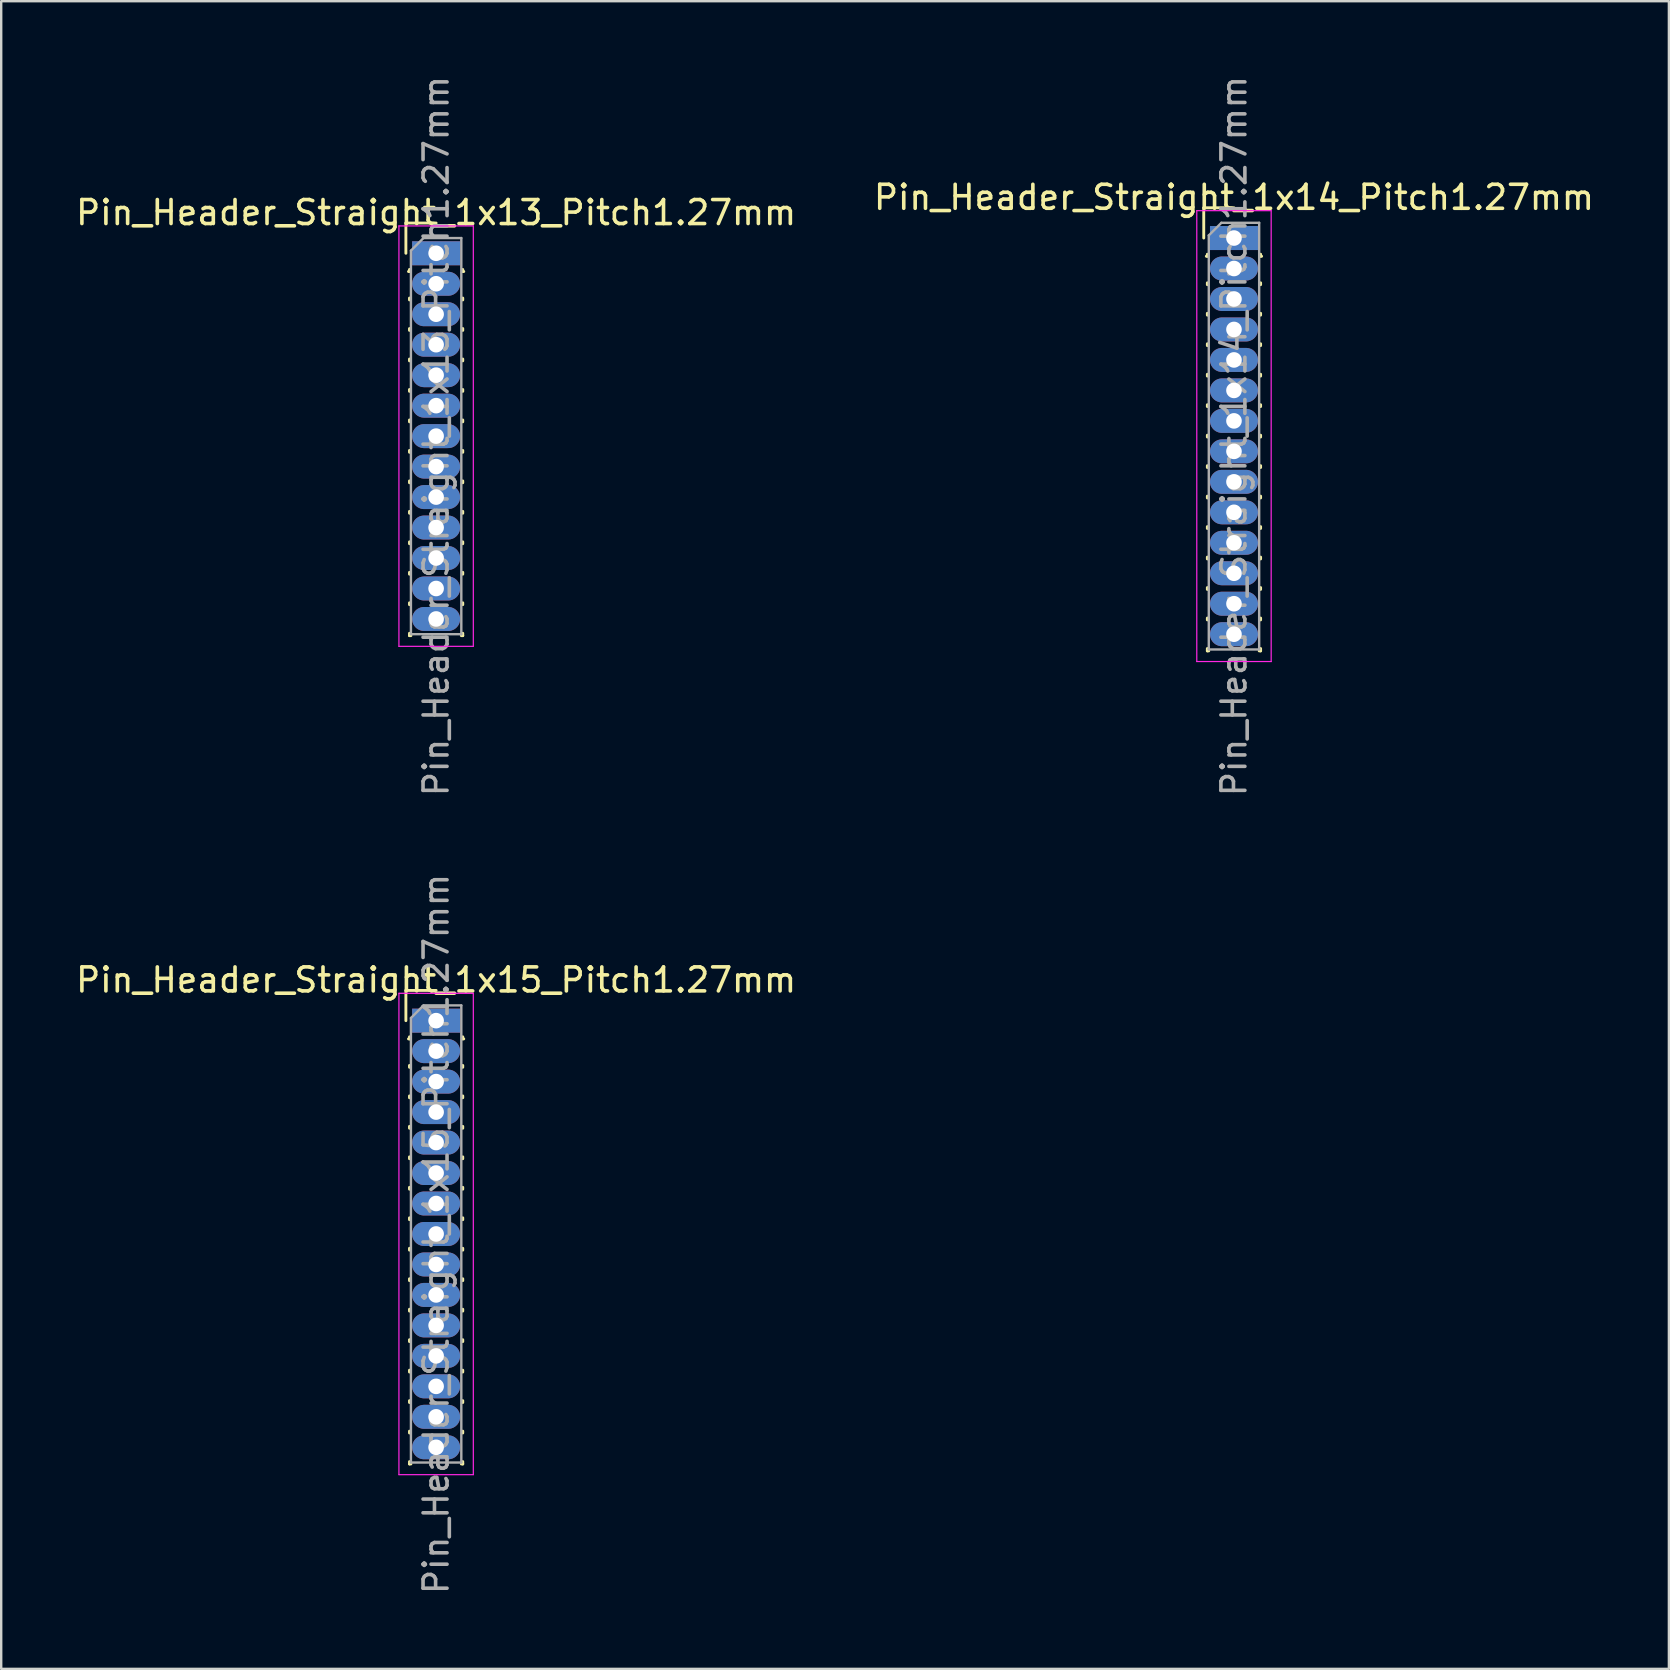
<source format=kicad_pcb>
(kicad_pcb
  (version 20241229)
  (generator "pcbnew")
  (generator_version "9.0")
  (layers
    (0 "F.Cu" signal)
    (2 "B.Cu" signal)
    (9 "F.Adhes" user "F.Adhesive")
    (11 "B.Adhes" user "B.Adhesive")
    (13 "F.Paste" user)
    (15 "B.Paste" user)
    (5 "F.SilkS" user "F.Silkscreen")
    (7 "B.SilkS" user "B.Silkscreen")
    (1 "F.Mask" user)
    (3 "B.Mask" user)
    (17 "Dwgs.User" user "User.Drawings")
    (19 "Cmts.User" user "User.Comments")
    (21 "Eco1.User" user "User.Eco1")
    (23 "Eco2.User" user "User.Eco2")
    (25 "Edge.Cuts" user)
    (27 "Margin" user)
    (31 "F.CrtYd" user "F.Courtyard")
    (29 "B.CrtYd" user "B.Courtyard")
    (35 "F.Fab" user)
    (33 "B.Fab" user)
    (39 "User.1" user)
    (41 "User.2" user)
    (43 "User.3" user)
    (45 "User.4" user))
  (footprint "Pin_Header_Straight_1x13_Pitch1.27mm"
    (layer "F.Cu")
    (at 15.125 7.505)
    (property "Reference" "Pin_Header_Straight_1x13_Pitch1.27mm" (at 0 -1.695 0) (layer "F.SilkS") (effects (font (size 1 1) (thickness 0.15))))
    (attr through_hole)
    (fp_line (start -1.26 -1.26) (end 0 -1.26) (stroke (width 0.12) (type solid)) (layer "F.SilkS"))
    (fp_line (start -1.26 0) (end -1.26 -1.26) (stroke (width 0.12) (type solid)) (layer "F.SilkS"))
    (fp_line (start -1.11 0.76) (end -1.152 0.76) (stroke (width 0.12) (type solid)) (layer "F.SilkS"))
    (fp_line (start -1.11 0.76) (end -1.11 0.674) (stroke (width 0.12) (type solid)) (layer "F.SilkS"))
    (fp_line (start -1.11 1.866) (end -1.11 1.944) (stroke (width 0.12) (type solid)) (layer "F.SilkS"))
    (fp_line (start -1.11 3.136) (end -1.11 3.214) (stroke (width 0.12) (type solid)) (layer "F.SilkS"))
    (fp_line (start -1.11 4.406) (end -1.11 4.484) (stroke (width 0.12) (type solid)) (layer "F.SilkS"))
    (fp_line (start -1.11 5.676) (end -1.11 5.754) (stroke (width 0.12) (type solid)) (layer "F.SilkS"))
    (fp_line (start -1.11 6.946) (end -1.11 7.024) (stroke (width 0.12) (type solid)) (layer "F.SilkS"))
    (fp_line (start -1.11 8.216) (end -1.11 8.294) (stroke (width 0.12) (type solid)) (layer "F.SilkS"))
    (fp_line (start -1.11 9.486) (end -1.11 9.564) (stroke (width 0.12) (type solid)) (layer "F.SilkS"))
    (fp_line (start -1.11 10.756) (end -1.11 10.834) (stroke (width 0.12) (type solid)) (layer "F.SilkS"))
    (fp_line (start -1.11 12.026) (end -1.11 12.104) (stroke (width 0.12) (type solid)) (layer "F.SilkS"))
    (fp_line (start -1.11 13.296) (end -1.11 13.374) (stroke (width 0.12) (type solid)) (layer "F.SilkS"))
    (fp_line (start -1.11 14.566) (end -1.11 14.644) (stroke (width 0.12) (type solid)) (layer "F.SilkS"))
    (fp_line (start -1.11 15.836) (end -1.11 15.935) (stroke (width 0.12) (type solid)) (layer "F.SilkS"))
    (fp_line (start -1.11 15.935) (end -1.051 15.935) (stroke (width 0.12) (type solid)) (layer "F.SilkS"))
    (fp_line (start 1.051 15.935) (end 1.11 15.935) (stroke (width 0.12) (type solid)) (layer "F.SilkS"))
    (fp_line (start 1.11 0.76) (end 1.11 0.674) (stroke (width 0.12) (type solid)) (layer "F.SilkS"))
    (fp_line (start 1.11 1.866) (end 1.11 1.944) (stroke (width 0.12) (type solid)) (layer "F.SilkS"))
    (fp_line (start 1.11 3.136) (end 1.11 3.214) (stroke (width 0.12) (type solid)) (layer "F.SilkS"))
    (fp_line (start 1.11 4.406) (end 1.11 4.484) (stroke (width 0.12) (type solid)) (layer "F.SilkS"))
    (fp_line (start 1.11 5.676) (end 1.11 5.754) (stroke (width 0.12) (type solid)) (layer "F.SilkS"))
    (fp_line (start 1.11 6.946) (end 1.11 7.024) (stroke (width 0.12) (type solid)) (layer "F.SilkS"))
    (fp_line (start 1.11 8.216) (end 1.11 8.294) (stroke (width 0.12) (type solid)) (layer "F.SilkS"))
    (fp_line (start 1.11 9.486) (end 1.11 9.564) (stroke (width 0.12) (type solid)) (layer "F.SilkS"))
    (fp_line (start 1.11 10.756) (end 1.11 10.834) (stroke (width 0.12) (type solid)) (layer "F.SilkS"))
    (fp_line (start 1.11 12.026) (end 1.11 12.104) (stroke (width 0.12) (type solid)) (layer "F.SilkS"))
    (fp_line (start 1.11 13.296) (end 1.11 13.374) (stroke (width 0.12) (type solid)) (layer "F.SilkS"))
    (fp_line (start 1.11 14.566) (end 1.11 14.644) (stroke (width 0.12) (type solid)) (layer "F.SilkS"))
    (fp_line (start 1.11 15.836) (end 1.11 15.935) (stroke (width 0.12) (type solid)) (layer "F.SilkS"))
    (fp_line (start 1.152 0.76) (end 1.11 0.76) (stroke (width 0.12) (type solid)) (layer "F.SilkS"))
    (fp_line (start -1.55 -1.14) (end -1.55 16.38) (stroke (width 0.05) (type solid)) (layer "F.CrtYd"))
    (fp_line (start -1.55 16.38) (end 1.55 16.38) (stroke (width 0.05) (type solid)) (layer "F.CrtYd"))
    (fp_line (start 1.55 -1.14) (end -1.55 -1.14) (stroke (width 0.05) (type solid)) (layer "F.CrtYd"))
    (fp_line (start 1.55 16.38) (end 1.55 -1.14) (stroke (width 0.05) (type solid)) (layer "F.CrtYd"))
    (fp_line (start -1.05 -0.11) (end -0.525 -0.635) (stroke (width 0.1) (type solid)) (layer "F.Fab"))
    (fp_line (start -1.05 15.875) (end -1.05 -0.11) (stroke (width 0.1) (type solid)) (layer "F.Fab"))
    (fp_line (start -0.525 -0.635) (end 1.05 -0.635) (stroke (width 0.1) (type solid)) (layer "F.Fab"))
    (fp_line (start 1.05 -0.635) (end 1.05 15.875) (stroke (width 0.1) (type solid)) (layer "F.Fab"))
    (fp_line (start 1.05 15.875) (end -1.05 15.875) (stroke (width 0.1) (type solid)) (layer "F.Fab"))
    (fp_text user "${REFERENCE}" (at 0 7.62 90) (layer "F.Fab") (effects (font (size 1 1) (thickness 0.15))))
    (pad "1" thru_hole rect (at 0 0) (size 2 1) (drill 0.65) (layers "*.Cu" "*.Mask"))
    (pad "2" thru_hole oval (at 0 1.27) (size 2 1) (drill 0.65) (layers "*.Cu" "*.Mask"))
    (pad "3" thru_hole oval (at 0 2.54) (size 2 1) (drill 0.65) (layers "*.Cu" "*.Mask"))
    (pad "4" thru_hole oval (at 0 3.81) (size 2 1) (drill 0.65) (layers "*.Cu" "*.Mask"))
    (pad "5" thru_hole oval (at 0 5.08) (size 2 1) (drill 0.65) (layers "*.Cu" "*.Mask"))
    (pad "6" thru_hole oval (at 0 6.35) (size 2 1) (drill 0.65) (layers "*.Cu" "*.Mask"))
    (pad "7" thru_hole oval (at 0 7.62) (size 2 1) (drill 0.65) (layers "*.Cu" "*.Mask"))
    (pad "8" thru_hole oval (at 0 8.89) (size 2 1) (drill 0.65) (layers "*.Cu" "*.Mask"))
    (pad "9" thru_hole oval (at 0 10.16) (size 2 1) (drill 0.65) (layers "*.Cu" "*.Mask"))
    (pad "10" thru_hole oval (at 0 11.43) (size 2 1) (drill 0.65) (layers "*.Cu" "*.Mask"))
    (pad "11" thru_hole oval (at 0 12.7) (size 2 1) (drill 0.65) (layers "*.Cu" "*.Mask"))
    (pad "12" thru_hole oval (at 0 13.97) (size 2 1) (drill 0.65) (layers "*.Cu" "*.Mask"))
    (pad "13" thru_hole oval (at 0 15.24) (size 2 1) (drill 0.65) (layers "*.Cu" "*.Mask")))
  (footprint "Pin_Header_Straight_1x15_Pitch1.27mm"
    (layer "F.Cu")
    (at 15.125 39.485)
    (property "Reference" "Pin_Header_Straight_1x15_Pitch1.27mm" (at 0 -1.695 0) (layer "F.SilkS") (effects (font (size 1 1) (thickness 0.15))))
    (attr through_hole)
    (fp_line (start -1.26 -1.26) (end 0 -1.26) (stroke (width 0.12) (type solid)) (layer "F.SilkS"))
    (fp_line (start -1.26 0) (end -1.26 -1.26) (stroke (width 0.12) (type solid)) (layer "F.SilkS"))
    (fp_line (start -1.11 0.76) (end -1.152 0.76) (stroke (width 0.12) (type solid)) (layer "F.SilkS"))
    (fp_line (start -1.11 0.76) (end -1.11 0.674) (stroke (width 0.12) (type solid)) (layer "F.SilkS"))
    (fp_line (start -1.11 1.866) (end -1.11 1.944) (stroke (width 0.12) (type solid)) (layer "F.SilkS"))
    (fp_line (start -1.11 3.136) (end -1.11 3.214) (stroke (width 0.12) (type solid)) (layer "F.SilkS"))
    (fp_line (start -1.11 4.406) (end -1.11 4.484) (stroke (width 0.12) (type solid)) (layer "F.SilkS"))
    (fp_line (start -1.11 5.676) (end -1.11 5.754) (stroke (width 0.12) (type solid)) (layer "F.SilkS"))
    (fp_line (start -1.11 6.946) (end -1.11 7.024) (stroke (width 0.12) (type solid)) (layer "F.SilkS"))
    (fp_line (start -1.11 8.216) (end -1.11 8.294) (stroke (width 0.12) (type solid)) (layer "F.SilkS"))
    (fp_line (start -1.11 9.486) (end -1.11 9.564) (stroke (width 0.12) (type solid)) (layer "F.SilkS"))
    (fp_line (start -1.11 10.756) (end -1.11 10.834) (stroke (width 0.12) (type solid)) (layer "F.SilkS"))
    (fp_line (start -1.11 12.026) (end -1.11 12.104) (stroke (width 0.12) (type solid)) (layer "F.SilkS"))
    (fp_line (start -1.11 13.296) (end -1.11 13.374) (stroke (width 0.12) (type solid)) (layer "F.SilkS"))
    (fp_line (start -1.11 14.566) (end -1.11 14.644) (stroke (width 0.12) (type solid)) (layer "F.SilkS"))
    (fp_line (start -1.11 15.836) (end -1.11 15.914) (stroke (width 0.12) (type solid)) (layer "F.SilkS"))
    (fp_line (start -1.11 17.106) (end -1.11 17.184) (stroke (width 0.12) (type solid)) (layer "F.SilkS"))
    (fp_line (start -1.11 18.376) (end -1.11 18.475) (stroke (width 0.12) (type solid)) (layer "F.SilkS"))
    (fp_line (start -1.11 18.475) (end -1.051 18.475) (stroke (width 0.12) (type solid)) (layer "F.SilkS"))
    (fp_line (start 1.051 18.475) (end 1.11 18.475) (stroke (width 0.12) (type solid)) (layer "F.SilkS"))
    (fp_line (start 1.11 0.76) (end 1.11 0.674) (stroke (width 0.12) (type solid)) (layer "F.SilkS"))
    (fp_line (start 1.11 1.866) (end 1.11 1.944) (stroke (width 0.12) (type solid)) (layer "F.SilkS"))
    (fp_line (start 1.11 3.136) (end 1.11 3.214) (stroke (width 0.12) (type solid)) (layer "F.SilkS"))
    (fp_line (start 1.11 4.406) (end 1.11 4.484) (stroke (width 0.12) (type solid)) (layer "F.SilkS"))
    (fp_line (start 1.11 5.676) (end 1.11 5.754) (stroke (width 0.12) (type solid)) (layer "F.SilkS"))
    (fp_line (start 1.11 6.946) (end 1.11 7.024) (stroke (width 0.12) (type solid)) (layer "F.SilkS"))
    (fp_line (start 1.11 8.216) (end 1.11 8.294) (stroke (width 0.12) (type solid)) (layer "F.SilkS"))
    (fp_line (start 1.11 9.486) (end 1.11 9.564) (stroke (width 0.12) (type solid)) (layer "F.SilkS"))
    (fp_line (start 1.11 10.756) (end 1.11 10.834) (stroke (width 0.12) (type solid)) (layer "F.SilkS"))
    (fp_line (start 1.11 12.026) (end 1.11 12.104) (stroke (width 0.12) (type solid)) (layer "F.SilkS"))
    (fp_line (start 1.11 13.296) (end 1.11 13.374) (stroke (width 0.12) (type solid)) (layer "F.SilkS"))
    (fp_line (start 1.11 14.566) (end 1.11 14.644) (stroke (width 0.12) (type solid)) (layer "F.SilkS"))
    (fp_line (start 1.11 15.836) (end 1.11 15.914) (stroke (width 0.12) (type solid)) (layer "F.SilkS"))
    (fp_line (start 1.11 17.106) (end 1.11 17.184) (stroke (width 0.12) (type solid)) (layer "F.SilkS"))
    (fp_line (start 1.11 18.376) (end 1.11 18.475) (stroke (width 0.12) (type solid)) (layer "F.SilkS"))
    (fp_line (start 1.152 0.76) (end 1.11 0.76) (stroke (width 0.12) (type solid)) (layer "F.SilkS"))
    (fp_line (start -1.55 -1.14) (end -1.55 18.92) (stroke (width 0.05) (type solid)) (layer "F.CrtYd"))
    (fp_line (start -1.55 18.92) (end 1.55 18.92) (stroke (width 0.05) (type solid)) (layer "F.CrtYd"))
    (fp_line (start 1.55 -1.14) (end -1.55 -1.14) (stroke (width 0.05) (type solid)) (layer "F.CrtYd"))
    (fp_line (start 1.55 18.92) (end 1.55 -1.14) (stroke (width 0.05) (type solid)) (layer "F.CrtYd"))
    (fp_line (start -1.05 -0.11) (end -0.525 -0.635) (stroke (width 0.1) (type solid)) (layer "F.Fab"))
    (fp_line (start -1.05 18.415) (end -1.05 -0.11) (stroke (width 0.1) (type solid)) (layer "F.Fab"))
    (fp_line (start -0.525 -0.635) (end 1.05 -0.635) (stroke (width 0.1) (type solid)) (layer "F.Fab"))
    (fp_line (start 1.05 -0.635) (end 1.05 18.415) (stroke (width 0.1) (type solid)) (layer "F.Fab"))
    (fp_line (start 1.05 18.415) (end -1.05 18.415) (stroke (width 0.1) (type solid)) (layer "F.Fab"))
    (fp_text user "${REFERENCE}" (at 0 8.89 90) (layer "F.Fab") (effects (font (size 1 1) (thickness 0.15))))
    (pad "1" thru_hole rect (at 0 0) (size 2 1) (drill 0.65) (layers "*.Cu" "*.Mask"))
    (pad "2" thru_hole oval (at 0 1.27) (size 2 1) (drill 0.65) (layers "*.Cu" "*.Mask"))
    (pad "3" thru_hole oval (at 0 2.54) (size 2 1) (drill 0.65) (layers "*.Cu" "*.Mask"))
    (pad "4" thru_hole oval (at 0 3.81) (size 2 1) (drill 0.65) (layers "*.Cu" "*.Mask"))
    (pad "5" thru_hole oval (at 0 5.08) (size 2 1) (drill 0.65) (layers "*.Cu" "*.Mask"))
    (pad "6" thru_hole oval (at 0 6.35) (size 2 1) (drill 0.65) (layers "*.Cu" "*.Mask"))
    (pad "7" thru_hole oval (at 0 7.62) (size 2 1) (drill 0.65) (layers "*.Cu" "*.Mask"))
    (pad "8" thru_hole oval (at 0 8.89) (size 2 1) (drill 0.65) (layers "*.Cu" "*.Mask"))
    (pad "9" thru_hole oval (at 0 10.16) (size 2 1) (drill 0.65) (layers "*.Cu" "*.Mask"))
    (pad "10" thru_hole oval (at 0 11.43) (size 2 1) (drill 0.65) (layers "*.Cu" "*.Mask"))
    (pad "11" thru_hole oval (at 0 12.7) (size 2 1) (drill 0.65) (layers "*.Cu" "*.Mask"))
    (pad "12" thru_hole oval (at 0 13.97) (size 2 1) (drill 0.65) (layers "*.Cu" "*.Mask"))
    (pad "13" thru_hole oval (at 0 15.24) (size 2 1) (drill 0.65) (layers "*.Cu" "*.Mask"))
    (pad "14" thru_hole oval (at 0 16.51) (size 2 1) (drill 0.65) (layers "*.Cu" "*.Mask"))
    (pad "15" thru_hole oval (at 0 17.78) (size 2 1) (drill 0.65) (layers "*.Cu" "*.Mask")))
  (footprint "Pin_Header_Straight_1x14_Pitch1.27mm"
    (layer "F.Cu")
    (at 48.375 6.87)
    (property "Reference" "Pin_Header_Straight_1x14_Pitch1.27mm" (at 0 -1.695 0) (layer "F.SilkS") (effects (font (size 1 1) (thickness 0.15))))
    (attr through_hole)
    (fp_line (start -1.26 -1.26) (end 0 -1.26) (stroke (width 0.12) (type solid)) (layer "F.SilkS"))
    (fp_line (start -1.26 0) (end -1.26 -1.26) (stroke (width 0.12) (type solid)) (layer "F.SilkS"))
    (fp_line (start -1.11 0.76) (end -1.152 0.76) (stroke (width 0.12) (type solid)) (layer "F.SilkS"))
    (fp_line (start -1.11 0.76) (end -1.11 0.674) (stroke (width 0.12) (type solid)) (layer "F.SilkS"))
    (fp_line (start -1.11 1.866) (end -1.11 1.944) (stroke (width 0.12) (type solid)) (layer "F.SilkS"))
    (fp_line (start -1.11 3.136) (end -1.11 3.214) (stroke (width 0.12) (type solid)) (layer "F.SilkS"))
    (fp_line (start -1.11 4.406) (end -1.11 4.484) (stroke (width 0.12) (type solid)) (layer "F.SilkS"))
    (fp_line (start -1.11 5.676) (end -1.11 5.754) (stroke (width 0.12) (type solid)) (layer "F.SilkS"))
    (fp_line (start -1.11 6.946) (end -1.11 7.024) (stroke (width 0.12) (type solid)) (layer "F.SilkS"))
    (fp_line (start -1.11 8.216) (end -1.11 8.294) (stroke (width 0.12) (type solid)) (layer "F.SilkS"))
    (fp_line (start -1.11 9.486) (end -1.11 9.564) (stroke (width 0.12) (type solid)) (layer "F.SilkS"))
    (fp_line (start -1.11 10.756) (end -1.11 10.834) (stroke (width 0.12) (type solid)) (layer "F.SilkS"))
    (fp_line (start -1.11 12.026) (end -1.11 12.104) (stroke (width 0.12) (type solid)) (layer "F.SilkS"))
    (fp_line (start -1.11 13.296) (end -1.11 13.374) (stroke (width 0.12) (type solid)) (layer "F.SilkS"))
    (fp_line (start -1.11 14.566) (end -1.11 14.644) (stroke (width 0.12) (type solid)) (layer "F.SilkS"))
    (fp_line (start -1.11 15.836) (end -1.11 15.914) (stroke (width 0.12) (type solid)) (layer "F.SilkS"))
    (fp_line (start -1.11 17.106) (end -1.11 17.205) (stroke (width 0.12) (type solid)) (layer "F.SilkS"))
    (fp_line (start -1.11 17.205) (end -1.051 17.205) (stroke (width 0.12) (type solid)) (layer "F.SilkS"))
    (fp_line (start 1.051 17.205) (end 1.11 17.205) (stroke (width 0.12) (type solid)) (layer "F.SilkS"))
    (fp_line (start 1.11 0.76) (end 1.11 0.674) (stroke (width 0.12) (type solid)) (layer "F.SilkS"))
    (fp_line (start 1.11 1.866) (end 1.11 1.944) (stroke (width 0.12) (type solid)) (layer "F.SilkS"))
    (fp_line (start 1.11 3.136) (end 1.11 3.214) (stroke (width 0.12) (type solid)) (layer "F.SilkS"))
    (fp_line (start 1.11 4.406) (end 1.11 4.484) (stroke (width 0.12) (type solid)) (layer "F.SilkS"))
    (fp_line (start 1.11 5.676) (end 1.11 5.754) (stroke (width 0.12) (type solid)) (layer "F.SilkS"))
    (fp_line (start 1.11 6.946) (end 1.11 7.024) (stroke (width 0.12) (type solid)) (layer "F.SilkS"))
    (fp_line (start 1.11 8.216) (end 1.11 8.294) (stroke (width 0.12) (type solid)) (layer "F.SilkS"))
    (fp_line (start 1.11 9.486) (end 1.11 9.564) (stroke (width 0.12) (type solid)) (layer "F.SilkS"))
    (fp_line (start 1.11 10.756) (end 1.11 10.834) (stroke (width 0.12) (type solid)) (layer "F.SilkS"))
    (fp_line (start 1.11 12.026) (end 1.11 12.104) (stroke (width 0.12) (type solid)) (layer "F.SilkS"))
    (fp_line (start 1.11 13.296) (end 1.11 13.374) (stroke (width 0.12) (type solid)) (layer "F.SilkS"))
    (fp_line (start 1.11 14.566) (end 1.11 14.644) (stroke (width 0.12) (type solid)) (layer "F.SilkS"))
    (fp_line (start 1.11 15.836) (end 1.11 15.914) (stroke (width 0.12) (type solid)) (layer "F.SilkS"))
    (fp_line (start 1.11 17.106) (end 1.11 17.205) (stroke (width 0.12) (type solid)) (layer "F.SilkS"))
    (fp_line (start 1.152 0.76) (end 1.11 0.76) (stroke (width 0.12) (type solid)) (layer "F.SilkS"))
    (fp_line (start -1.55 -1.14) (end -1.55 17.65) (stroke (width 0.05) (type solid)) (layer "F.CrtYd"))
    (fp_line (start -1.55 17.65) (end 1.55 17.65) (stroke (width 0.05) (type solid)) (layer "F.CrtYd"))
    (fp_line (start 1.55 -1.14) (end -1.55 -1.14) (stroke (width 0.05) (type solid)) (layer "F.CrtYd"))
    (fp_line (start 1.55 17.65) (end 1.55 -1.14) (stroke (width 0.05) (type solid)) (layer "F.CrtYd"))
    (fp_line (start -1.05 -0.11) (end -0.525 -0.635) (stroke (width 0.1) (type solid)) (layer "F.Fab"))
    (fp_line (start -1.05 17.145) (end -1.05 -0.11) (stroke (width 0.1) (type solid)) (layer "F.Fab"))
    (fp_line (start -0.525 -0.635) (end 1.05 -0.635) (stroke (width 0.1) (type solid)) (layer "F.Fab"))
    (fp_line (start 1.05 -0.635) (end 1.05 17.145) (stroke (width 0.1) (type solid)) (layer "F.Fab"))
    (fp_line (start 1.05 17.145) (end -1.05 17.145) (stroke (width 0.1) (type solid)) (layer "F.Fab"))
    (fp_text user "${REFERENCE}" (at 0 8.255 90) (layer "F.Fab") (effects (font (size 1 1) (thickness 0.15))))
    (pad "1" thru_hole rect (at 0 0) (size 2 1) (drill 0.65) (layers "*.Cu" "*.Mask"))
    (pad "2" thru_hole oval (at 0 1.27) (size 2 1) (drill 0.65) (layers "*.Cu" "*.Mask"))
    (pad "3" thru_hole oval (at 0 2.54) (size 2 1) (drill 0.65) (layers "*.Cu" "*.Mask"))
    (pad "4" thru_hole oval (at 0 3.81) (size 2 1) (drill 0.65) (layers "*.Cu" "*.Mask"))
    (pad "5" thru_hole oval (at 0 5.08) (size 2 1) (drill 0.65) (layers "*.Cu" "*.Mask"))
    (pad "6" thru_hole oval (at 0 6.35) (size 2 1) (drill 0.65) (layers "*.Cu" "*.Mask"))
    (pad "7" thru_hole oval (at 0 7.62) (size 2 1) (drill 0.65) (layers "*.Cu" "*.Mask"))
    (pad "8" thru_hole oval (at 0 8.89) (size 2 1) (drill 0.65) (layers "*.Cu" "*.Mask"))
    (pad "9" thru_hole oval (at 0 10.16) (size 2 1) (drill 0.65) (layers "*.Cu" "*.Mask"))
    (pad "10" thru_hole oval (at 0 11.43) (size 2 1) (drill 0.65) (layers "*.Cu" "*.Mask"))
    (pad "11" thru_hole oval (at 0 12.7) (size 2 1) (drill 0.65) (layers "*.Cu" "*.Mask"))
    (pad "12" thru_hole oval (at 0 13.97) (size 2 1) (drill 0.65) (layers "*.Cu" "*.Mask"))
    (pad "13" thru_hole oval (at 0 15.24) (size 2 1) (drill 0.65) (layers "*.Cu" "*.Mask"))
    (pad "14" thru_hole oval (at 0 16.51) (size 2 1) (drill 0.65) (layers "*.Cu" "*.Mask")))
  (gr_rect
    (start -3 -3)
    (end 66.5 66.5)
    (stroke (width 0.1) (type default))
    (fill no)
    (layer "Edge.Cuts")))
</source>
